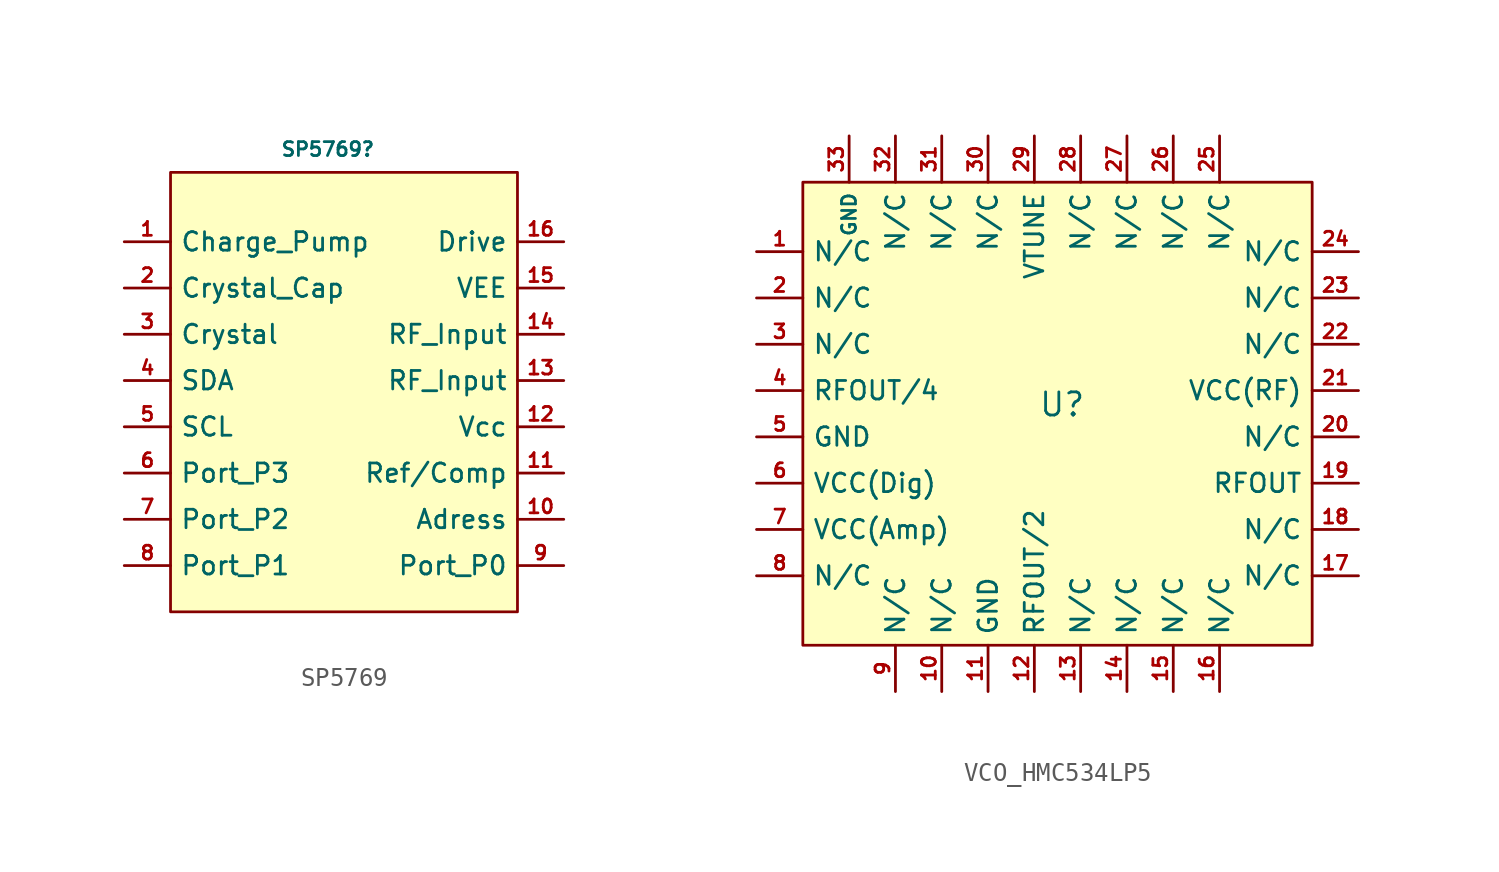
<source format=kicad_sym>
(kicad_symbol_lib
  (version 20241209)
  (generator "kicad_symbol_editor")
  (generator_version "9.0")
  (symbol "SP5769"
    (property "Reference" "SP5769"
      (at 8.636 -1.27 0)
      (effects (font (size 0.762 0.762))))
    (property "Value" ""
      (at 0 0 0)
      (effects (font (size 1.27 1.27))))
    (symbol "SP5769_1_1"
      (rectangle (start 0 -2.54) (end 19.05 -26.67) (stroke (width 0) (type solid)) (fill (type background)))
      (pin input line (at -2.54 -6.35 0) (length 2.54) (name "Charge_Pump" (effects (font (size 1.016 1.016)))) (number "1" (effects (font (size 0.762 0.762)))))
      (pin output line (at -2.54 -8.89 0) (length 2.54) (name "Crystal_Cap" (effects (font (size 1.016 1.016)))) (number "2" (effects (font (size 0.762 0.762)))))
      (pin input line (at -2.54 -11.43 0) (length 2.54) (name "Crystal" (effects (font (size 1.016 1.016)))) (number "3" (effects (font (size 0.762 0.762)))))
      (pin input line (at -2.54 -13.97 0) (length 2.54) (name "SDA" (effects (font (size 1.016 1.016)))) (number "4" (effects (font (size 0.762 0.762)))))
      (pin input line (at -2.54 -16.51 0) (length 2.54) (name "SCL" (effects (font (size 1.016 1.016)))) (number "5" (effects (font (size 0.762 0.762)))))
      (pin input line (at -2.54 -19.05 0) (length 2.54) (name "Port_P3" (effects (font (size 1.016 1.016)))) (number "6" (effects (font (size 0.762 0.762)))))
      (pin input line (at -2.54 -21.59 0) (length 2.54) (name "Port_P2" (effects (font (size 1.016 1.016)))) (number "7" (effects (font (size 0.762 0.762)))))
      (pin input line (at -2.54 -24.13 0) (length 2.54) (name "Port_P1" (effects (font (size 1.016 1.016)))) (number "8" (effects (font (size 0.762 0.762)))))
      (pin input line (at 21.59 -6.35 180) (length 2.54) (name "Drive" (effects (font (size 1.016 1.016)))) (number "16" (effects (font (size 0.762 0.762)))))
      (pin input line (at 21.59 -8.89 180) (length 2.54) (name "VEE" (effects (font (size 1.016 1.016)))) (number "15" (effects (font (size 0.762 0.762)))))
      (pin input line (at 21.59 -11.43 180) (length 2.54) (name "RF_Input" (effects (font (size 1.016 1.016)))) (number "14" (effects (font (size 0.762 0.762)))))
      (pin input line (at 21.59 -13.97 180) (length 2.54) (name "RF_Input" (effects (font (size 1.016 1.016)))) (number "13" (effects (font (size 0.762 0.762)))))
      (pin input line (at 21.59 -16.51 180) (length 2.54) (name "Vcc" (effects (font (size 1.016 1.016)))) (number "12" (effects (font (size 0.762 0.762)))))
      (pin input line (at 21.59 -19.05 180) (length 2.54) (name "Ref/Comp" (effects (font (size 1.016 1.016)))) (number "11" (effects (font (size 0.762 0.762)))))
      (pin input line (at 21.59 -21.59 180) (length 2.54) (name "Adress" (effects (font (size 1.016 1.016)))) (number "10" (effects (font (size 0.762 0.762)))))
      (pin input line (at 21.59 -24.13 180) (length 2.54) (name "Port_P0" (effects (font (size 1.016 1.016)))) (number "9" (effects (font (size 0.762 0.762)))))))
  (symbol "VCO_HMC534LP5"
    (property "Reference" "U"
      (at 16.764 -12.192 0)
      (effects (font (size 1.27 1.27))))
    (property "Value" ""
      (at 0 0 0)
      (effects (font (size 1.27 1.27))))
    (symbol "VCO_HMC534LP5_1_1"
      (rectangle (start 2.54 0) (end 30.48 -25.4) (stroke (width 0) (type solid)) (fill (type background)))
      (pin input line (at 0 -3.81 0) (length 2.54) (name "N/C" (effects (font (size 1.016 1.016)))) (number "1" (effects (font (size 0.762 0.762)))))
      (pin input line (at 0 -6.35 0) (length 2.54) (name "N/C" (effects (font (size 1.016 1.016)))) (number "2" (effects (font (size 0.762 0.762)))))
      (pin input line (at 0 -8.89 0) (length 2.54) (name "N/C" (effects (font (size 1.016 1.016)))) (number "3" (effects (font (size 0.762 0.762)))))
      (pin output line (at 0 -11.43 0) (length 2.54) (name "RFOUT/4" (effects (font (size 1.016 1.016)))) (number "4" (effects (font (size 0.762 0.762)))))
      (pin input line (at 0 -13.97 0) (length 2.54) (name "GND" (effects (font (size 1.016 1.016)))) (number "5" (effects (font (size 0.762 0.762)))))
      (pin input line (at 0 -16.51 0) (length 2.54) (name "VCC(Dig)" (effects (font (size 1.016 1.016)))) (number "6" (effects (font (size 0.762 0.762)))))
      (pin input line (at 0 -19.05 0) (length 2.54) (name "VCC(Amp)" (effects (font (size 1.016 1.016)))) (number "7" (effects (font (size 0.762 0.762)))))
      (pin input line (at 0 -21.59 0) (length 2.54) (name "N/C" (effects (font (size 1.016 1.016)))) (number "8" (effects (font (size 0.762 0.762)))))
      (pin input line (at 5.08 2.54 270) (length 2.54) (name "GND" (effects (font (size 0.762 0.762)))) (number "33" (effects (font (size 0.762 0.762)))))
      (pin input line (at 7.62 2.54 270) (length 2.54) (name "N/C" (effects (font (size 1.016 1.016)))) (number "32" (effects (font (size 0.762 0.762)))))
      (pin input line (at 7.62 -27.94 90) (length 2.54) (name "N/C" (effects (font (size 1.016 1.016)))) (number "9" (effects (font (size 0.762 0.762)))))
      (pin input line (at 10.16 2.54 270) (length 2.54) (name "N/C" (effects (font (size 1.016 1.016)))) (number "31" (effects (font (size 0.762 0.762)))))
      (pin input line (at 10.16 -27.94 90) (length 2.54) (name "N/C" (effects (font (size 1.016 1.016)))) (number "10" (effects (font (size 0.762 0.762)))))
      (pin input line (at 12.7 2.54 270) (length 2.54) (name "N/C" (effects (font (size 1.016 1.016)))) (number "30" (effects (font (size 0.762 0.762)))))
      (pin input line (at 12.7 -27.94 90) (length 2.54) (name "GND" (effects (font (size 1.016 1.016)))) (number "11" (effects (font (size 0.762 0.762)))))
      (pin input line (at 15.24 2.54 270) (length 2.54) (name "VTUNE" (effects (font (size 1.016 1.016)))) (number "29" (effects (font (size 0.762 0.762)))))
      (pin output line (at 15.24 -27.94 90) (length 2.54) (name "RFOUT/2" (effects (font (size 1.016 1.016)))) (number "12" (effects (font (size 0.762 0.762)))))
      (pin input line (at 17.78 2.54 270) (length 2.54) (name "N/C" (effects (font (size 1.016 1.016)))) (number "28" (effects (font (size 0.762 0.762)))))
      (pin input line (at 17.78 -27.94 90) (length 2.54) (name "N/C" (effects (font (size 1.016 1.016)))) (number "13" (effects (font (size 0.762 0.762)))))
      (pin input line (at 20.32 2.54 270) (length 2.54) (name "N/C" (effects (font (size 1.016 1.016)))) (number "27" (effects (font (size 0.762 0.762)))))
      (pin input line (at 20.32 -27.94 90) (length 2.54) (name "N/C" (effects (font (size 1.016 1.016)))) (number "14" (effects (font (size 0.762 0.762)))))
      (pin input line (at 22.86 2.54 270) (length 2.54) (name "N/C" (effects (font (size 1.016 1.016)))) (number "26" (effects (font (size 0.762 0.762)))))
      (pin input line (at 22.86 -27.94 90) (length 2.54) (name "N/C" (effects (font (size 1.016 1.016)))) (number "15" (effects (font (size 0.762 0.762)))))
      (pin input line (at 25.4 2.54 270) (length 2.54) (name "N/C" (effects (font (size 1.016 1.016)))) (number "25" (effects (font (size 0.762 0.762)))))
      (pin input line (at 25.4 -27.94 90) (length 2.54) (name "N/C" (effects (font (size 1.016 1.016)))) (number "16" (effects (font (size 0.762 0.762)))))
      (pin input line (at 33.02 -3.81 180) (length 2.54) (name "N/C" (effects (font (size 1.016 1.016)))) (number "24" (effects (font (size 0.762 0.762)))))
      (pin input line (at 33.02 -6.35 180) (length 2.54) (name "N/C" (effects (font (size 1.016 1.016)))) (number "23" (effects (font (size 0.762 0.762)))))
      (pin input line (at 33.02 -8.89 180) (length 2.54) (name "N/C" (effects (font (size 1.016 1.016)))) (number "22" (effects (font (size 0.762 0.762)))))
      (pin input line (at 33.02 -11.43 180) (length 2.54) (name "VCC(RF)" (effects (font (size 1.016 1.016)))) (number "21" (effects (font (size 0.762 0.762)))))
      (pin input line (at 33.02 -13.97 180) (length 2.54) (name "N/C" (effects (font (size 1.016 1.016)))) (number "20" (effects (font (size 0.762 0.762)))))
      (pin output line (at 33.02 -16.51 180) (length 2.54) (name "RFOUT" (effects (font (size 1.016 1.016)))) (number "19" (effects (font (size 0.762 0.762)))))
      (pin input line (at 33.02 -19.05 180) (length 2.54) (name "N/C" (effects (font (size 1.016 1.016)))) (number "18" (effects (font (size 0.762 0.762)))))
      (pin input line (at 33.02 -21.59 180) (length 2.54) (name "N/C" (effects (font (size 1.016 1.016)))) (number "17" (effects (font (size 0.762 0.762))))))))
</source>
